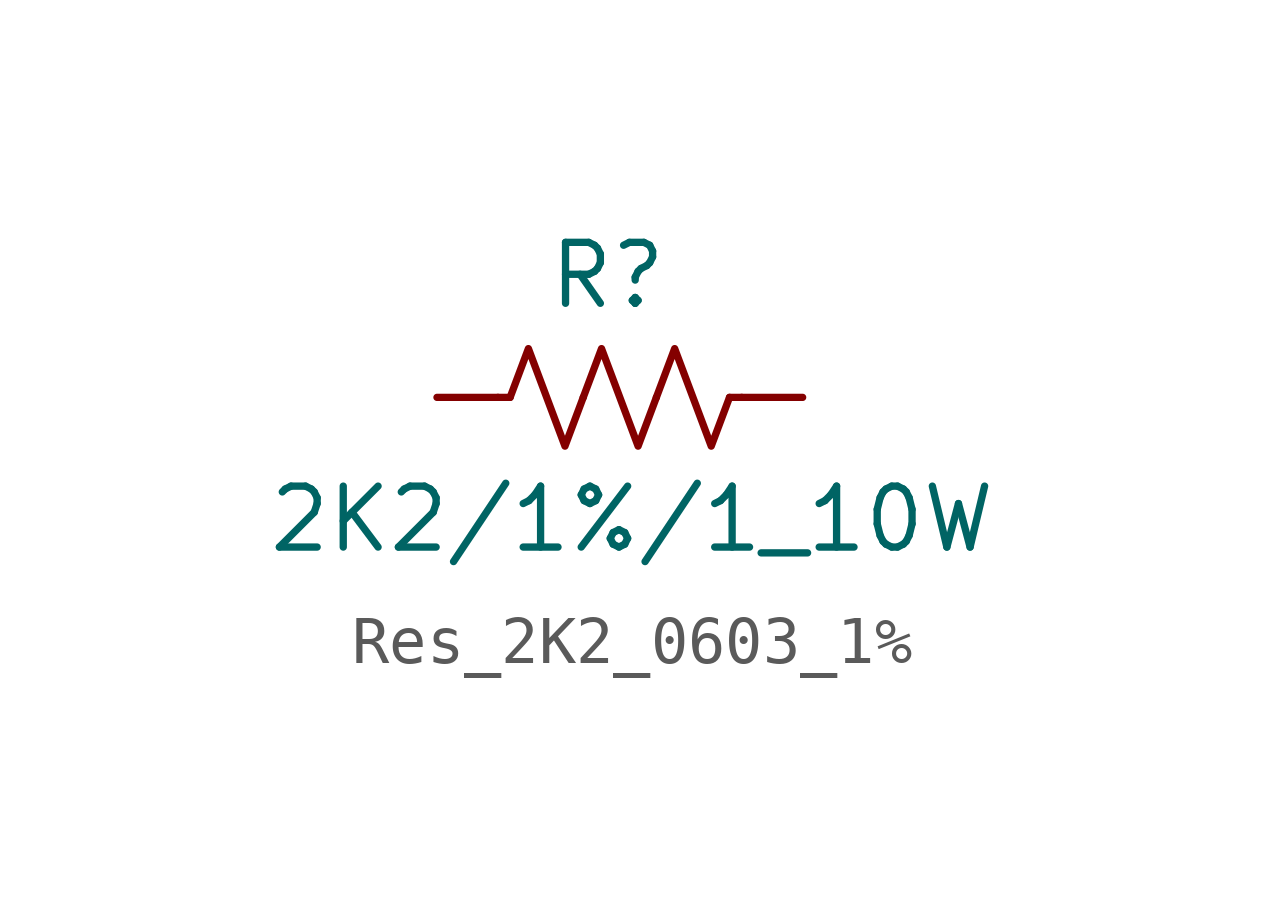
<source format=kicad_sym>
(kicad_symbol_lib
  (version 20231120)
  (generator "kicad_symbol_editor")
  (generator_version "8.0")
  (symbol "Res_2K2_0603_1%"
    (pin_numbers hide)
    (pin_names hide)
    (property "Reference" "R"
      (at 3.556 2.54 0)
      (effects (font (size 1.27 1.27))))
    (property "Value" "2K2/1%/1_10W"
      (at 4.064 -2.54 0)
      (effects (font (size 1.27 1.27))))
    (symbol "Res_2K2_0603_1%_0_1"
      (polyline (pts (xy 1.524 0) (xy 1.27 0)) (stroke (width 0) (type default)) (fill (type none)))
      (polyline (pts (xy 6.096 0) (xy 6.35 0)) (stroke (width 0) (type default)) (fill (type none)))
      (polyline (pts (xy 1.524 0) (xy 1.905 1.016) (xy 2.286 0) (xy 2.667 -1.016) (xy 3.048 0)) (stroke (width 0) (type default)) (fill (type none)))
      (polyline (pts (xy 3.048 0) (xy 3.429 1.016) (xy 3.81 0) (xy 4.191 -1.016) (xy 4.572 0)) (stroke (width 0) (type default)) (fill (type none)))
      (polyline (pts (xy 4.572 0) (xy 4.953 1.016) (xy 5.334 0) (xy 5.715 -1.016) (xy 6.096 0)) (stroke (width 0) (type default)) (fill (type none))))
    (symbol "Res_2K2_0603_1%_1_1"
      (pin passive line (at 0 0 0) (length 1.27) (name "~" (effects (font (size 1.27 1.27)))) (number "1" (effects (font (size 1.27 1.27)))))
      (pin passive line (at 7.62 0 180) (length 1.27) (name "~" (effects (font (size 1.27 1.27)))) (number "2" (effects (font (size 1.27 1.27))))))))
</source>
